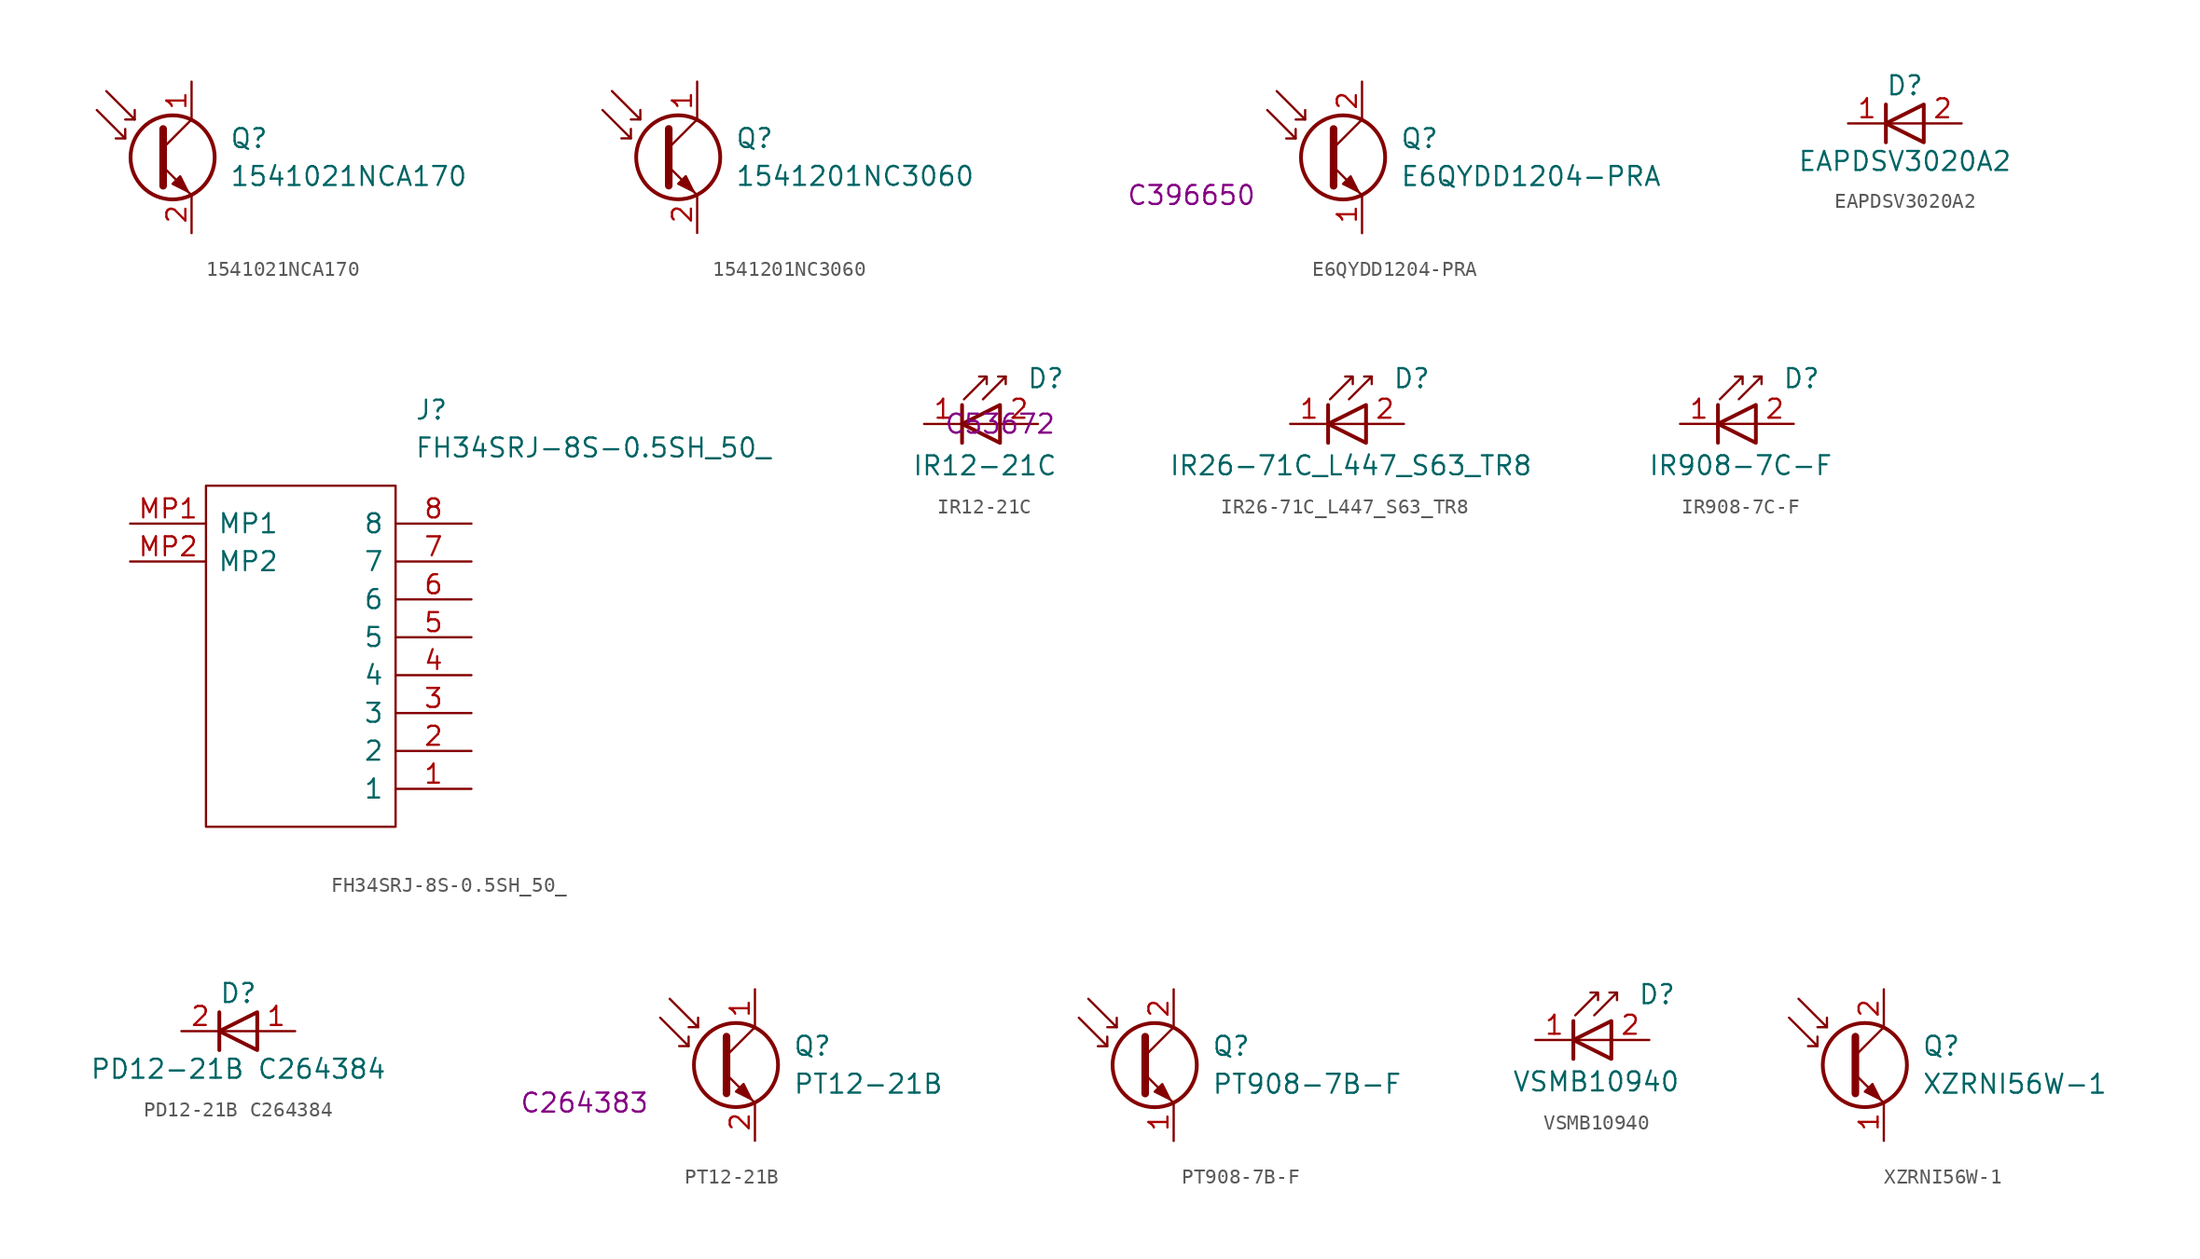
<source format=kicad_sym>
(kicad_symbol_lib
  (version 20211014)
  (generator kicad_symbol_editor)
  (symbol "1541021NCA170"
    (pin_names
      (offset 0) hide)
    (property "Reference" "Q"
      (at 5.08 1.27 0)
      (effects (font (size 1.27 1.27)) (justify left)))
    (property "Value" "1541021NCA170"
      (at 5.08 -1.27 0)
      (effects (font (size 1.27 1.27)) (justify left)))
    (symbol "1541021NCA170_0_1"
      (polyline (pts (xy -1.905 1.27) (xy -2.54 1.27)) (stroke (width 0) (type default) (color 0 0 0 0)) (fill (type none)))
      (polyline (pts (xy -1.27 2.54) (xy -1.905 2.54)) (stroke (width 0) (type default) (color 0 0 0 0)) (fill (type none)))
      (polyline (pts (xy 0.635 0.635) (xy 2.54 2.54)) (stroke (width 0) (type default) (color 0 0 0 0)) (fill (type none)))
      (polyline (pts (xy -3.81 3.175) (xy -1.905 1.27) (xy -1.905 1.905)) (stroke (width 0) (type default) (color 0 0 0 0)) (fill (type none)))
      (polyline (pts (xy -3.175 4.445) (xy -1.27 2.54) (xy -1.27 3.175)) (stroke (width 0) (type default) (color 0 0 0 0)) (fill (type none)))
      (polyline (pts (xy 0.635 -0.635) (xy 2.54 -2.54) (xy 2.54 -2.54)) (stroke (width 0) (type default) (color 0 0 0 0)) (fill (type none)))
      (polyline (pts (xy 0.635 1.905) (xy 0.635 -1.905) (xy 0.635 -1.905)) (stroke (width 0.508) (type default) (color 0 0 0 0)) (fill (type none)))
      (polyline (pts (xy 1.27 -1.778) (xy 1.778 -1.27) (xy 2.286 -2.286) (xy 1.27 -1.778) (xy 1.27 -1.778)) (stroke (width 0) (type default) (color 0 0 0 0)) (fill (type outline)))
      (circle (center 1.27 0) (radius 2.819) (stroke (width 0.254) (type default) (color 0 0 0 0)) (fill (type none))))
    (symbol "1541021NCA170_1_1"
      (pin passive line (at 2.54 5.08 270) (length 2.54) (name "C" (effects (font (size 1.27 1.27)))) (number "1" (effects (font (size 1.27 1.27)))))
      (pin passive line (at 2.54 -5.08 90) (length 2.54) (name "E" (effects (font (size 1.27 1.27)))) (number "2" (effects (font (size 1.27 1.27)))))))
  (symbol "1541201NC3060"
    (pin_names
      (offset 0) hide)
    (property "Reference" "Q"
      (at 5.08 1.27 0)
      (effects (font (size 1.27 1.27)) (justify left)))
    (property "Value" "1541201NC3060"
      (at 5.08 -1.27 0)
      (effects (font (size 1.27 1.27)) (justify left)))
    (symbol "1541201NC3060_0_1"
      (polyline (pts (xy -1.905 1.27) (xy -2.54 1.27)) (stroke (width 0) (type default) (color 0 0 0 0)) (fill (type none)))
      (polyline (pts (xy -1.27 2.54) (xy -1.905 2.54)) (stroke (width 0) (type default) (color 0 0 0 0)) (fill (type none)))
      (polyline (pts (xy 0.635 0.635) (xy 2.54 2.54)) (stroke (width 0) (type default) (color 0 0 0 0)) (fill (type none)))
      (polyline (pts (xy -3.81 3.175) (xy -1.905 1.27) (xy -1.905 1.905)) (stroke (width 0) (type default) (color 0 0 0 0)) (fill (type none)))
      (polyline (pts (xy -3.175 4.445) (xy -1.27 2.54) (xy -1.27 3.175)) (stroke (width 0) (type default) (color 0 0 0 0)) (fill (type none)))
      (polyline (pts (xy 0.635 -0.635) (xy 2.54 -2.54) (xy 2.54 -2.54)) (stroke (width 0) (type default) (color 0 0 0 0)) (fill (type none)))
      (polyline (pts (xy 0.635 1.905) (xy 0.635 -1.905) (xy 0.635 -1.905)) (stroke (width 0.508) (type default) (color 0 0 0 0)) (fill (type none)))
      (polyline (pts (xy 1.27 -1.778) (xy 1.778 -1.27) (xy 2.286 -2.286) (xy 1.27 -1.778) (xy 1.27 -1.778)) (stroke (width 0) (type default) (color 0 0 0 0)) (fill (type outline)))
      (circle (center 1.27 0) (radius 2.819) (stroke (width 0.254) (type default) (color 0 0 0 0)) (fill (type none))))
    (symbol "1541201NC3060_1_1"
      (pin passive line (at 2.54 5.08 270) (length 2.54) (name "C" (effects (font (size 1.27 1.27)))) (number "1" (effects (font (size 1.27 1.27)))))
      (pin passive line (at 2.54 -5.08 90) (length 2.54) (name "E" (effects (font (size 1.27 1.27)))) (number "2" (effects (font (size 1.27 1.27)))))))
  (symbol "E6QYDD1204-PRA"
    (pin_names
      (offset 0) hide)
    (property "Reference" "Q"
      (at 5.08 1.27 0)
      (effects (font (size 1.27 1.27)) (justify left)))
    (property "Value" "E6QYDD1204-PRA"
      (at 5.08 -1.27 0)
      (effects (font (size 1.27 1.27)) (justify left)))
    (property "LCSC Part #" "C396650"
      (at -8.89 -2.54 0)
      (effects (font (size 1.27 1.27))))
    (symbol "E6QYDD1204-PRA_0_1"
      (polyline (pts (xy -1.905 1.27) (xy -2.54 1.27)) (stroke (width 0) (type default) (color 0 0 0 0)) (fill (type none)))
      (polyline (pts (xy -1.27 2.54) (xy -1.905 2.54)) (stroke (width 0) (type default) (color 0 0 0 0)) (fill (type none)))
      (polyline (pts (xy 0.635 0.635) (xy 2.54 2.54)) (stroke (width 0) (type default) (color 0 0 0 0)) (fill (type none)))
      (polyline (pts (xy -3.81 3.175) (xy -1.905 1.27) (xy -1.905 1.905)) (stroke (width 0) (type default) (color 0 0 0 0)) (fill (type none)))
      (polyline (pts (xy -3.175 4.445) (xy -1.27 2.54) (xy -1.27 3.175)) (stroke (width 0) (type default) (color 0 0 0 0)) (fill (type none)))
      (polyline (pts (xy 0.635 -0.635) (xy 2.54 -2.54) (xy 2.54 -2.54)) (stroke (width 0) (type default) (color 0 0 0 0)) (fill (type none)))
      (polyline (pts (xy 0.635 1.905) (xy 0.635 -1.905) (xy 0.635 -1.905)) (stroke (width 0.508) (type default) (color 0 0 0 0)) (fill (type none)))
      (polyline (pts (xy 1.27 -1.778) (xy 1.778 -1.27) (xy 2.286 -2.286) (xy 1.27 -1.778) (xy 1.27 -1.778)) (stroke (width 0) (type default) (color 0 0 0 0)) (fill (type outline)))
      (circle (center 1.27 0) (radius 2.819) (stroke (width 0.254) (type default) (color 0 0 0 0)) (fill (type none))))
    (symbol "E6QYDD1204-PRA_1_1"
      (pin passive line (at 2.54 -5.08 90) (length 2.54) (name "E" (effects (font (size 1.27 1.27)))) (number "1" (effects (font (size 1.27 1.27)))))
      (pin passive line (at 2.54 5.08 270) (length 2.54) (name "C" (effects (font (size 1.27 1.27)))) (number "2" (effects (font (size 1.27 1.27)))))))
  (symbol "EAPDSV3020A2"
    (pin_names
      (offset 1.016) hide)
    (property "Reference" "D"
      (at 0 2.54 0)
      (effects (font (size 1.27 1.27))))
    (property "Value" "EAPDSV3020A2"
      (at 0 -2.54 0)
      (effects (font (size 1.27 1.27))))
    (symbol "EAPDSV3020A2_0_1"
      (polyline (pts (xy -1.27 1.27) (xy -1.27 -1.27)) (stroke (width 0.254) (type default) (color 0 0 0 0)) (fill (type none)))
      (polyline (pts (xy 1.27 0) (xy -1.27 0)) (stroke (width 0) (type default) (color 0 0 0 0)) (fill (type none)))
      (polyline (pts (xy 1.27 1.27) (xy 1.27 -1.27) (xy -1.27 0) (xy 1.27 1.27)) (stroke (width 0.254) (type default) (color 0 0 0 0)) (fill (type none))))
    (symbol "EAPDSV3020A2_1_1"
      (pin passive line (at -3.81 0 0) (length 2.54) (name "K" (effects (font (size 1.27 1.27)))) (number "1" (effects (font (size 1.27 1.27)))))
      (pin passive line (at 3.81 0 180) (length 2.54) (name "A" (effects (font (size 1.27 1.27)))) (number "2" (effects (font (size 1.27 1.27)))))))
  (symbol "FH34SRJ-8S-0.5SH_50_"
    (pin_names
      (offset 0.762))
    (property "Reference" "J"
      (at 19.05 7.62 0)
      (effects (font (size 1.27 1.27)) (justify left)))
    (property "Value" "FH34SRJ-8S-0.5SH_50_"
      (at 19.05 5.08 0)
      (effects (font (size 1.27 1.27)) (justify left)))
    (symbol "FH34SRJ-8S-0.5SH_50__0_0"
      (pin passive line (at 22.86 -17.78 180) (length 5.08) (name "1" (effects (font (size 1.27 1.27)))) (number "1" (effects (font (size 1.27 1.27)))))
      (pin passive line (at 22.86 -15.24 180) (length 5.08) (name "2" (effects (font (size 1.27 1.27)))) (number "2" (effects (font (size 1.27 1.27)))))
      (pin passive line (at 22.86 -12.7 180) (length 5.08) (name "3" (effects (font (size 1.27 1.27)))) (number "3" (effects (font (size 1.27 1.27)))))
      (pin passive line (at 22.86 -10.16 180) (length 5.08) (name "4" (effects (font (size 1.27 1.27)))) (number "4" (effects (font (size 1.27 1.27)))))
      (pin passive line (at 22.86 -7.62 180) (length 5.08) (name "5" (effects (font (size 1.27 1.27)))) (number "5" (effects (font (size 1.27 1.27)))))
      (pin passive line (at 22.86 -5.08 180) (length 5.08) (name "6" (effects (font (size 1.27 1.27)))) (number "6" (effects (font (size 1.27 1.27)))))
      (pin passive line (at 22.86 -2.54 180) (length 5.08) (name "7" (effects (font (size 1.27 1.27)))) (number "7" (effects (font (size 1.27 1.27)))))
      (pin passive line (at 22.86 0 180) (length 5.08) (name "8" (effects (font (size 1.27 1.27)))) (number "8" (effects (font (size 1.27 1.27)))))
      (pin passive line (at 0 0 0) (length 5.08) (name "MP1" (effects (font (size 1.27 1.27)))) (number "MP1" (effects (font (size 1.27 1.27)))))
      (pin passive line (at 0 -2.54 0) (length 5.08) (name "MP2" (effects (font (size 1.27 1.27)))) (number "MP2" (effects (font (size 1.27 1.27))))))
    (symbol "FH34SRJ-8S-0.5SH_50__0_1"
      (polyline (pts (xy 5.08 2.54) (xy 17.78 2.54) (xy 17.78 -20.32) (xy 5.08 -20.32) (xy 5.08 2.54)) (stroke (width 0.152) (type default) (color 0 0 0 0)) (fill (type none)))))
  (symbol "IR12-21C"
    (pin_names
      (offset 1.016) hide)
    (property "Reference" "D"
      (at 1.778 3.048 0)
      (effects (font (size 1.27 1.27)) (justify left)))
    (property "Value" "IR12-21C"
      (at -1.016 -2.794 0)
      (effects (font (size 1.27 1.27))))
    (property "LCSC Part #" "C53672"
      (at 0 0 0)
      (effects (font (size 1.27 1.27))))
    (symbol "IR12-21C_0_1"
      (polyline (pts (xy -2.54 0) (xy 0 0)) (stroke (width 0) (type default) (color 0 0 0 0)) (fill (type none)))
      (polyline (pts (xy -2.54 1.27) (xy -2.54 -1.27)) (stroke (width 0.254) (type default) (color 0 0 0 0)) (fill (type none)))
      (polyline (pts (xy 0.381 3.175) (xy -0.127 3.175)) (stroke (width 0) (type default) (color 0 0 0 0)) (fill (type none)))
      (polyline (pts (xy -1.143 1.651) (xy 0.381 3.175) (xy 0.381 2.667)) (stroke (width 0) (type default) (color 0 0 0 0)) (fill (type none)))
      (polyline (pts (xy 0 -1.27) (xy 0 1.27) (xy -2.54 0) (xy 0 -1.27)) (stroke (width 0.254) (type default) (color 0 0 0 0)) (fill (type none)))
      (polyline (pts (xy -2.413 1.651) (xy -0.889 3.175) (xy -0.889 2.667) (xy -0.889 3.175) (xy -1.397 3.175)) (stroke (width 0) (type default) (color 0 0 0 0)) (fill (type none))))
    (symbol "IR12-21C_1_1"
      (pin passive line (at -5.08 0 0) (length 2.54) (name "K" (effects (font (size 1.27 1.27)))) (number "1" (effects (font (size 1.27 1.27)))))
      (pin passive line (at 2.54 0 180) (length 2.54) (name "A" (effects (font (size 1.27 1.27)))) (number "2" (effects (font (size 1.27 1.27)))))))
  (symbol "IR26-71C_L447_S63_TR8 "
    (pin_names
      (offset 1.016) hide)
    (property "Reference" "D"
      (at 1.778 3.048 0)
      (effects (font (size 1.27 1.27)) (justify left)))
    (property "Value" "IR26-71C_L447_S63_TR8 "
      (at -1.016 -2.794 0)
      (effects (font (size 1.27 1.27))))
    (symbol "IR26-71C_L447_S63_TR8 _0_1"
      (polyline (pts (xy -2.54 0) (xy 0 0)) (stroke (width 0) (type default) (color 0 0 0 0)) (fill (type none)))
      (polyline (pts (xy -2.54 1.27) (xy -2.54 -1.27)) (stroke (width 0.254) (type default) (color 0 0 0 0)) (fill (type none)))
      (polyline (pts (xy 0.381 3.175) (xy -0.127 3.175)) (stroke (width 0) (type default) (color 0 0 0 0)) (fill (type none)))
      (polyline (pts (xy -1.143 1.651) (xy 0.381 3.175) (xy 0.381 2.667)) (stroke (width 0) (type default) (color 0 0 0 0)) (fill (type none)))
      (polyline (pts (xy 0 -1.27) (xy 0 1.27) (xy -2.54 0) (xy 0 -1.27)) (stroke (width 0.254) (type default) (color 0 0 0 0)) (fill (type none)))
      (polyline (pts (xy -2.413 1.651) (xy -0.889 3.175) (xy -0.889 2.667) (xy -0.889 3.175) (xy -1.397 3.175)) (stroke (width 0) (type default) (color 0 0 0 0)) (fill (type none))))
    (symbol "IR26-71C_L447_S63_TR8 _1_1"
      (pin passive line (at -5.08 0 0) (length 2.54) (name "K" (effects (font (size 1.27 1.27)))) (number "1" (effects (font (size 1.27 1.27)))))
      (pin passive line (at 2.54 0 180) (length 2.54) (name "A" (effects (font (size 1.27 1.27)))) (number "2" (effects (font (size 1.27 1.27)))))))
  (symbol "IR908-7C-F"
    (pin_names
      (offset 1.016) hide)
    (property "Reference" "D"
      (at 1.778 3.048 0)
      (effects (font (size 1.27 1.27)) (justify left)))
    (property "Value" "IR908-7C-F"
      (at -1.016 -2.794 0)
      (effects (font (size 1.27 1.27))))
    (symbol "IR908-7C-F_0_1"
      (polyline (pts (xy -2.54 0) (xy 0 0)) (stroke (width 0) (type default) (color 0 0 0 0)) (fill (type none)))
      (polyline (pts (xy -2.54 1.27) (xy -2.54 -1.27)) (stroke (width 0.254) (type default) (color 0 0 0 0)) (fill (type none)))
      (polyline (pts (xy 0.381 3.175) (xy -0.127 3.175)) (stroke (width 0) (type default) (color 0 0 0 0)) (fill (type none)))
      (polyline (pts (xy -1.143 1.651) (xy 0.381 3.175) (xy 0.381 2.667)) (stroke (width 0) (type default) (color 0 0 0 0)) (fill (type none)))
      (polyline (pts (xy 0 -1.27) (xy 0 1.27) (xy -2.54 0) (xy 0 -1.27)) (stroke (width 0.254) (type default) (color 0 0 0 0)) (fill (type none)))
      (polyline (pts (xy -2.413 1.651) (xy -0.889 3.175) (xy -0.889 2.667) (xy -0.889 3.175) (xy -1.397 3.175)) (stroke (width 0) (type default) (color 0 0 0 0)) (fill (type none))))
    (symbol "IR908-7C-F_1_1"
      (pin passive line (at -5.08 0 0) (length 2.54) (name "K" (effects (font (size 1.27 1.27)))) (number "1" (effects (font (size 1.27 1.27)))))
      (pin passive line (at 2.54 0 180) (length 2.54) (name "A" (effects (font (size 1.27 1.27)))) (number "2" (effects (font (size 1.27 1.27)))))))
  (symbol "PD12-21B C264384"
    (pin_names
      (offset 1.016) hide)
    (property "Reference" "D"
      (at 0 2.54 0)
      (effects (font (size 1.27 1.27))))
    (property "Value" "PD12-21B C264384"
      (at 0 -2.54 0)
      (effects (font (size 1.27 1.27))))
    (property "LCSC Part #" "C264384"
      (at 0 0 0)
      (effects (font (size 0 0))))
    (symbol "PD12-21B C264384_0_1"
      (polyline (pts (xy -1.27 1.27) (xy -1.27 -1.27)) (stroke (width 0.254) (type default) (color 0 0 0 0)) (fill (type none)))
      (polyline (pts (xy 1.27 0) (xy -1.27 0)) (stroke (width 0) (type default) (color 0 0 0 0)) (fill (type none)))
      (polyline (pts (xy 1.27 1.27) (xy 1.27 -1.27) (xy -1.27 0) (xy 1.27 1.27)) (stroke (width 0.254) (type default) (color 0 0 0 0)) (fill (type none))))
    (symbol "PD12-21B C264384_1_1"
      (pin passive line (at 3.81 0 180) (length 2.54) (name "A" (effects (font (size 1.27 1.27)))) (number "1" (effects (font (size 1.27 1.27)))))
      (pin passive line (at -3.81 0 0) (length 2.54) (name "K" (effects (font (size 1.27 1.27)))) (number "2" (effects (font (size 1.27 1.27)))))))
  (symbol "PT12-21B"
    (pin_names
      (offset 0) hide)
    (property "Reference" "Q"
      (at 5.08 1.27 0)
      (effects (font (size 1.27 1.27)) (justify left)))
    (property "Value" "PT12-21B"
      (at 5.08 -1.27 0)
      (effects (font (size 1.27 1.27)) (justify left)))
    (property "LCSC Part #" "C264383"
      (at -8.89 -2.54 0)
      (effects (font (size 1.27 1.27))))
    (symbol "PT12-21B_0_1"
      (polyline (pts (xy -1.905 1.27) (xy -2.54 1.27)) (stroke (width 0) (type default) (color 0 0 0 0)) (fill (type none)))
      (polyline (pts (xy -1.27 2.54) (xy -1.905 2.54)) (stroke (width 0) (type default) (color 0 0 0 0)) (fill (type none)))
      (polyline (pts (xy 0.635 0.635) (xy 2.54 2.54)) (stroke (width 0) (type default) (color 0 0 0 0)) (fill (type none)))
      (polyline (pts (xy -3.81 3.175) (xy -1.905 1.27) (xy -1.905 1.905)) (stroke (width 0) (type default) (color 0 0 0 0)) (fill (type none)))
      (polyline (pts (xy -3.175 4.445) (xy -1.27 2.54) (xy -1.27 3.175)) (stroke (width 0) (type default) (color 0 0 0 0)) (fill (type none)))
      (polyline (pts (xy 0.635 -0.635) (xy 2.54 -2.54) (xy 2.54 -2.54)) (stroke (width 0) (type default) (color 0 0 0 0)) (fill (type none)))
      (polyline (pts (xy 0.635 1.905) (xy 0.635 -1.905) (xy 0.635 -1.905)) (stroke (width 0.508) (type default) (color 0 0 0 0)) (fill (type none)))
      (polyline (pts (xy 1.27 -1.778) (xy 1.778 -1.27) (xy 2.286 -2.286) (xy 1.27 -1.778) (xy 1.27 -1.778)) (stroke (width 0) (type default) (color 0 0 0 0)) (fill (type outline)))
      (circle (center 1.27 0) (radius 2.819) (stroke (width 0.254) (type default) (color 0 0 0 0)) (fill (type none))))
    (symbol "PT12-21B_1_1"
      (pin passive line (at 2.54 5.08 270) (length 2.54) (name "C" (effects (font (size 1.27 1.27)))) (number "1" (effects (font (size 1.27 1.27)))))
      (pin passive line (at 2.54 -5.08 90) (length 2.54) (name "E" (effects (font (size 1.27 1.27)))) (number "2" (effects (font (size 1.27 1.27)))))))
  (symbol "PT908-7B-F"
    (pin_names
      (offset 0) hide)
    (property "Reference" "Q"
      (at 5.08 1.27 0)
      (effects (font (size 1.27 1.27)) (justify left)))
    (property "Value" "PT908-7B-F"
      (at 5.08 -1.27 0)
      (effects (font (size 1.27 1.27)) (justify left)))
    (symbol "PT908-7B-F_0_1"
      (polyline (pts (xy -1.905 1.27) (xy -2.54 1.27)) (stroke (width 0) (type default) (color 0 0 0 0)) (fill (type none)))
      (polyline (pts (xy -1.27 2.54) (xy -1.905 2.54)) (stroke (width 0) (type default) (color 0 0 0 0)) (fill (type none)))
      (polyline (pts (xy 0.635 0.635) (xy 2.54 2.54)) (stroke (width 0) (type default) (color 0 0 0 0)) (fill (type none)))
      (polyline (pts (xy -3.81 3.175) (xy -1.905 1.27) (xy -1.905 1.905)) (stroke (width 0) (type default) (color 0 0 0 0)) (fill (type none)))
      (polyline (pts (xy -3.175 4.445) (xy -1.27 2.54) (xy -1.27 3.175)) (stroke (width 0) (type default) (color 0 0 0 0)) (fill (type none)))
      (polyline (pts (xy 0.635 -0.635) (xy 2.54 -2.54) (xy 2.54 -2.54)) (stroke (width 0) (type default) (color 0 0 0 0)) (fill (type none)))
      (polyline (pts (xy 0.635 1.905) (xy 0.635 -1.905) (xy 0.635 -1.905)) (stroke (width 0.508) (type default) (color 0 0 0 0)) (fill (type none)))
      (polyline (pts (xy 1.27 -1.778) (xy 1.778 -1.27) (xy 2.286 -2.286) (xy 1.27 -1.778) (xy 1.27 -1.778)) (stroke (width 0) (type default) (color 0 0 0 0)) (fill (type outline)))
      (circle (center 1.27 0) (radius 2.819) (stroke (width 0.254) (type default) (color 0 0 0 0)) (fill (type none))))
    (symbol "PT908-7B-F_1_1"
      (pin passive line (at 2.54 -5.08 90) (length 2.54) (name "E" (effects (font (size 1.27 1.27)))) (number "1" (effects (font (size 1.27 1.27)))))
      (pin passive line (at 2.54 5.08 270) (length 2.54) (name "C" (effects (font (size 1.27 1.27)))) (number "2" (effects (font (size 1.27 1.27)))))))
  (symbol "VSMB10940"
    (pin_names
      (offset 1.016) hide)
    (property "Reference" "D"
      (at 1.778 3.048 0)
      (effects (font (size 1.27 1.27)) (justify left)))
    (property "Value" "VSMB10940"
      (at -1.016 -2.794 0)
      (effects (font (size 1.27 1.27))))
    (symbol "VSMB10940_0_1"
      (polyline (pts (xy -2.54 0) (xy 0 0)) (stroke (width 0) (type default) (color 0 0 0 0)) (fill (type none)))
      (polyline (pts (xy -2.54 1.27) (xy -2.54 -1.27)) (stroke (width 0.254) (type default) (color 0 0 0 0)) (fill (type none)))
      (polyline (pts (xy 0.381 3.175) (xy -0.127 3.175)) (stroke (width 0) (type default) (color 0 0 0 0)) (fill (type none)))
      (polyline (pts (xy -1.143 1.651) (xy 0.381 3.175) (xy 0.381 2.667)) (stroke (width 0) (type default) (color 0 0 0 0)) (fill (type none)))
      (polyline (pts (xy 0 -1.27) (xy 0 1.27) (xy -2.54 0) (xy 0 -1.27)) (stroke (width 0.254) (type default) (color 0 0 0 0)) (fill (type none)))
      (polyline (pts (xy -2.413 1.651) (xy -0.889 3.175) (xy -0.889 2.667) (xy -0.889 3.175) (xy -1.397 3.175)) (stroke (width 0) (type default) (color 0 0 0 0)) (fill (type none))))
    (symbol "VSMB10940_1_1"
      (pin passive line (at -5.08 0 0) (length 2.54) (name "K" (effects (font (size 1.27 1.27)))) (number "1" (effects (font (size 1.27 1.27)))))
      (pin passive line (at 2.54 0 180) (length 2.54) (name "A" (effects (font (size 1.27 1.27)))) (number "2" (effects (font (size 1.27 1.27)))))))
  (symbol "XZRNI56W-1 "
    (pin_names
      (offset 0) hide)
    (property "Reference" "Q"
      (at 5.08 1.27 0)
      (effects (font (size 1.27 1.27)) (justify left)))
    (property "Value" "XZRNI56W-1 "
      (at 5.08 -1.27 0)
      (effects (font (size 1.27 1.27)) (justify left)))
    (symbol "XZRNI56W-1 _0_1"
      (polyline (pts (xy -1.905 1.27) (xy -2.54 1.27)) (stroke (width 0) (type default) (color 0 0 0 0)) (fill (type none)))
      (polyline (pts (xy -1.27 2.54) (xy -1.905 2.54)) (stroke (width 0) (type default) (color 0 0 0 0)) (fill (type none)))
      (polyline (pts (xy 0.635 0.635) (xy 2.54 2.54)) (stroke (width 0) (type default) (color 0 0 0 0)) (fill (type none)))
      (polyline (pts (xy -3.81 3.175) (xy -1.905 1.27) (xy -1.905 1.905)) (stroke (width 0) (type default) (color 0 0 0 0)) (fill (type none)))
      (polyline (pts (xy -3.175 4.445) (xy -1.27 2.54) (xy -1.27 3.175)) (stroke (width 0) (type default) (color 0 0 0 0)) (fill (type none)))
      (polyline (pts (xy 0.635 -0.635) (xy 2.54 -2.54) (xy 2.54 -2.54)) (stroke (width 0) (type default) (color 0 0 0 0)) (fill (type none)))
      (polyline (pts (xy 0.635 1.905) (xy 0.635 -1.905) (xy 0.635 -1.905)) (stroke (width 0.508) (type default) (color 0 0 0 0)) (fill (type none)))
      (polyline (pts (xy 1.27 -1.778) (xy 1.778 -1.27) (xy 2.286 -2.286) (xy 1.27 -1.778) (xy 1.27 -1.778)) (stroke (width 0) (type default) (color 0 0 0 0)) (fill (type outline)))
      (circle (center 1.27 0) (radius 2.819) (stroke (width 0.254) (type default) (color 0 0 0 0)) (fill (type none))))
    (symbol "XZRNI56W-1 _1_1"
      (pin passive line (at 2.54 -5.08 90) (length 2.54) (name "E" (effects (font (size 1.27 1.27)))) (number "1" (effects (font (size 1.27 1.27)))))
      (pin passive line (at 2.54 5.08 270) (length 2.54) (name "C" (effects (font (size 1.27 1.27)))) (number "2" (effects (font (size 1.27 1.27))))))))
</source>
